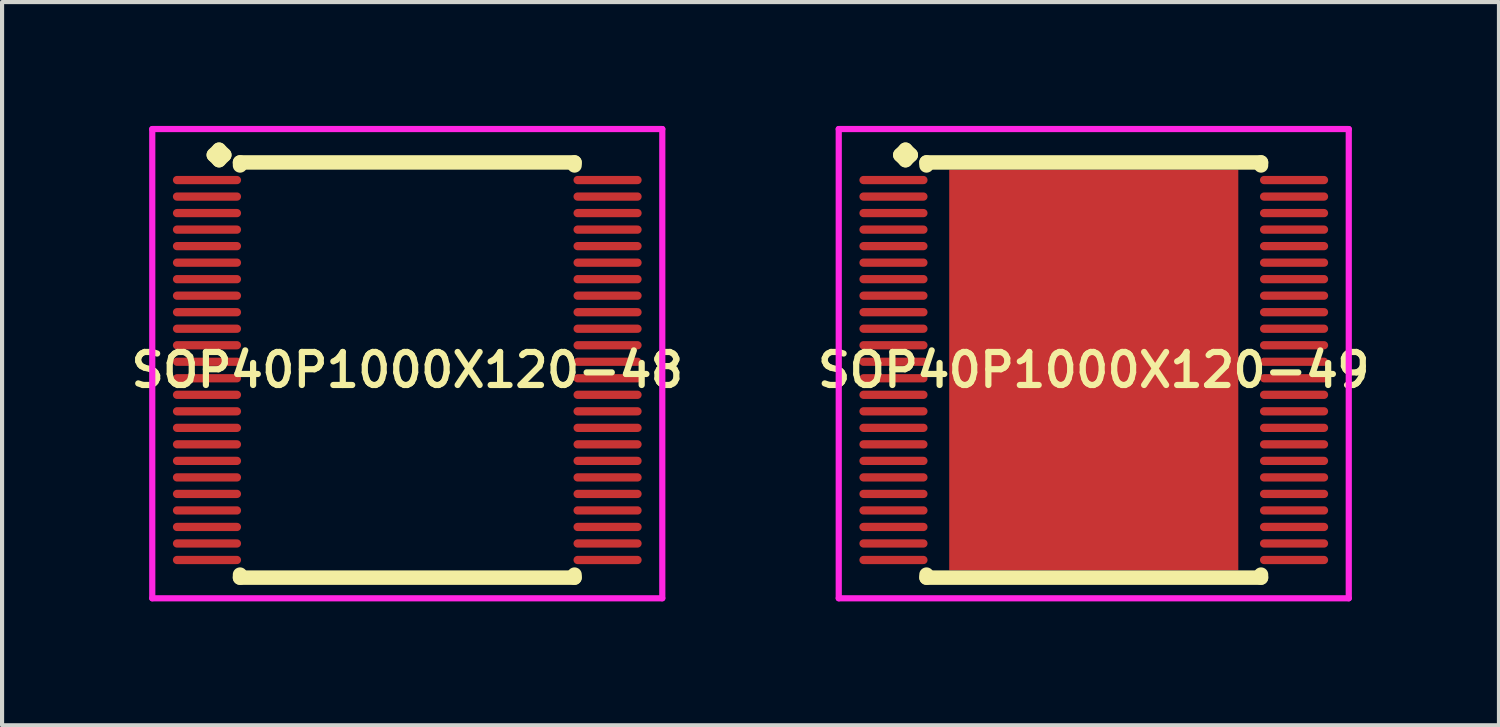
<source format=kicad_pcb>
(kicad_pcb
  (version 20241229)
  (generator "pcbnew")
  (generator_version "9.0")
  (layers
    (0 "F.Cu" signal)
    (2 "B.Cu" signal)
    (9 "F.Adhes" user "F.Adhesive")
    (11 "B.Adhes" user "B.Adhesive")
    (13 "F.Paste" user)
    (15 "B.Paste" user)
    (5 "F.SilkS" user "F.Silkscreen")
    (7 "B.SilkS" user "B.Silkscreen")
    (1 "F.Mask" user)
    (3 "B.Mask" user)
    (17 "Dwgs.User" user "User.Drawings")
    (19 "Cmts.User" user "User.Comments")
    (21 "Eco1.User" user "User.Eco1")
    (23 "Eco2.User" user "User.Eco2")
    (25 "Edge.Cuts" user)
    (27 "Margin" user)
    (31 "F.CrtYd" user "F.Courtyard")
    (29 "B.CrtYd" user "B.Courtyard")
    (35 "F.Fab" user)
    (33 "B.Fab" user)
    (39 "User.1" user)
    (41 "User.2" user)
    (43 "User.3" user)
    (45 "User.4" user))
  (footprint "SOP40P1000X120-48"
    (layer "F.Cu")
    (at 6.812 5.91)
    (property "Reference" "SOP40P1000X120-48" (at 0 0 0) (layer "F.SilkS") (effects (font (size 0.8 0.8) (thickness 0.15))))
    (attr smd)
    (fp_line (start -4.685 -5.208) (end -4.558 -5.335) (stroke (width 0.35) (type solid)) (layer "F.SilkS"))
    (fp_line (start -4.558 -5.335) (end -4.431 -5.208) (stroke (width 0.35) (type solid)) (layer "F.SilkS"))
    (fp_line (start -4.558 -5.081) (end -4.685 -5.208) (stroke (width 0.35) (type solid)) (layer "F.SilkS"))
    (fp_line (start -4.431 -5.208) (end -4.558 -5.081) (stroke (width 0.35) (type solid)) (layer "F.SilkS"))
    (fp_line (start -4.05 -5.027) (end 4.05 -5.027) (stroke (width 0.35) (type solid)) (layer "F.SilkS"))
    (fp_line (start -4.05 -4.954) (end -4.05 -5.027) (stroke (width 0.35) (type solid)) (layer "F.SilkS"))
    (fp_line (start -4.05 4.954) (end -4.05 5.027) (stroke (width 0.35) (type solid)) (layer "F.SilkS"))
    (fp_line (start -4.05 5.027) (end 4.05 5.027) (stroke (width 0.35) (type solid)) (layer "F.SilkS"))
    (fp_line (start 4.05 -5.027) (end 4.05 -4.954) (stroke (width 0.35) (type solid)) (layer "F.SilkS"))
    (fp_line (start 4.05 5.027) (end 4.05 4.954) (stroke (width 0.35) (type solid)) (layer "F.SilkS"))
    (fp_line (start -6.175 -5.835) (end 6.175 -5.835) (stroke (width 0.15) (type solid)) (layer "F.CrtYd"))
    (fp_line (start -6.175 5.527) (end -6.175 -5.835) (stroke (width 0.15) (type solid)) (layer "F.CrtYd"))
    (fp_line (start 6.175 -5.835) (end 6.175 5.527) (stroke (width 0.15) (type solid)) (layer "F.CrtYd"))
    (fp_line (start 6.175 5.527) (end -6.175 5.527) (stroke (width 0.15) (type solid)) (layer "F.CrtYd"))
    (pad "1" smd oval (at -4.85 -4.6) (size 1.65 0.2) (layers "F.Cu" "F.Mask" "F.Paste"))
    (pad "2" smd oval (at -4.85 -4.2) (size 1.65 0.2) (layers "F.Cu" "F.Mask" "F.Paste"))
    (pad "3" smd oval (at -4.85 -3.8) (size 1.65 0.2) (layers "F.Cu" "F.Mask" "F.Paste"))
    (pad "4" smd oval (at -4.85 -3.4) (size 1.65 0.2) (layers "F.Cu" "F.Mask" "F.Paste"))
    (pad "5" smd oval (at -4.85 -3) (size 1.65 0.2) (layers "F.Cu" "F.Mask" "F.Paste"))
    (pad "6" smd oval (at -4.85 -2.6) (size 1.65 0.2) (layers "F.Cu" "F.Mask" "F.Paste"))
    (pad "7" smd oval (at -4.85 -2.2) (size 1.65 0.2) (layers "F.Cu" "F.Mask" "F.Paste"))
    (pad "8" smd oval (at -4.85 -1.8) (size 1.65 0.2) (layers "F.Cu" "F.Mask" "F.Paste"))
    (pad "9" smd oval (at -4.85 -1.4) (size 1.65 0.2) (layers "F.Cu" "F.Mask" "F.Paste"))
    (pad "10" smd oval (at -4.85 -1) (size 1.65 0.2) (layers "F.Cu" "F.Mask" "F.Paste"))
    (pad "11" smd oval (at -4.85 -0.6) (size 1.65 0.2) (layers "F.Cu" "F.Mask" "F.Paste"))
    (pad "12" smd oval (at -4.85 -0.2) (size 1.65 0.2) (layers "F.Cu" "F.Mask" "F.Paste"))
    (pad "13" smd oval (at -4.85 0.2) (size 1.65 0.2) (layers "F.Cu" "F.Mask" "F.Paste"))
    (pad "14" smd oval (at -4.85 0.6) (size 1.65 0.2) (layers "F.Cu" "F.Mask" "F.Paste"))
    (pad "15" smd oval (at -4.85 1) (size 1.65 0.2) (layers "F.Cu" "F.Mask" "F.Paste"))
    (pad "16" smd oval (at -4.85 1.4) (size 1.65 0.2) (layers "F.Cu" "F.Mask" "F.Paste"))
    (pad "17" smd oval (at -4.85 1.8) (size 1.65 0.2) (layers "F.Cu" "F.Mask" "F.Paste"))
    (pad "18" smd oval (at -4.85 2.2) (size 1.65 0.2) (layers "F.Cu" "F.Mask" "F.Paste"))
    (pad "19" smd oval (at -4.85 2.6) (size 1.65 0.2) (layers "F.Cu" "F.Mask" "F.Paste"))
    (pad "20" smd oval (at -4.85 3) (size 1.65 0.2) (layers "F.Cu" "F.Mask" "F.Paste"))
    (pad "21" smd oval (at -4.85 3.4) (size 1.65 0.2) (layers "F.Cu" "F.Mask" "F.Paste"))
    (pad "22" smd oval (at -4.85 3.8) (size 1.65 0.2) (layers "F.Cu" "F.Mask" "F.Paste"))
    (pad "23" smd oval (at -4.85 4.2) (size 1.65 0.2) (layers "F.Cu" "F.Mask" "F.Paste"))
    (pad "24" smd oval (at -4.85 4.6) (size 1.65 0.2) (layers "F.Cu" "F.Mask" "F.Paste"))
    (pad "25" smd oval (at 4.85 4.6) (size 1.65 0.2) (layers "F.Cu" "F.Mask" "F.Paste"))
    (pad "26" smd oval (at 4.85 4.2) (size 1.65 0.2) (layers "F.Cu" "F.Mask" "F.Paste"))
    (pad "27" smd oval (at 4.85 3.8) (size 1.65 0.2) (layers "F.Cu" "F.Mask" "F.Paste"))
    (pad "28" smd oval (at 4.85 3.4) (size 1.65 0.2) (layers "F.Cu" "F.Mask" "F.Paste"))
    (pad "29" smd oval (at 4.85 3) (size 1.65 0.2) (layers "F.Cu" "F.Mask" "F.Paste"))
    (pad "30" smd oval (at 4.85 2.6) (size 1.65 0.2) (layers "F.Cu" "F.Mask" "F.Paste"))
    (pad "31" smd oval (at 4.85 2.2) (size 1.65 0.2) (layers "F.Cu" "F.Mask" "F.Paste"))
    (pad "32" smd oval (at 4.85 1.8) (size 1.65 0.2) (layers "F.Cu" "F.Mask" "F.Paste"))
    (pad "33" smd oval (at 4.85 1.4) (size 1.65 0.2) (layers "F.Cu" "F.Mask" "F.Paste"))
    (pad "34" smd oval (at 4.85 1) (size 1.65 0.2) (layers "F.Cu" "F.Mask" "F.Paste"))
    (pad "35" smd oval (at 4.85 0.6) (size 1.65 0.2) (layers "F.Cu" "F.Mask" "F.Paste"))
    (pad "36" smd oval (at 4.85 0.2) (size 1.65 0.2) (layers "F.Cu" "F.Mask" "F.Paste"))
    (pad "37" smd oval (at 4.85 -0.2) (size 1.65 0.2) (layers "F.Cu" "F.Mask" "F.Paste"))
    (pad "38" smd oval (at 4.85 -0.6) (size 1.65 0.2) (layers "F.Cu" "F.Mask" "F.Paste"))
    (pad "39" smd oval (at 4.85 -1) (size 1.65 0.2) (layers "F.Cu" "F.Mask" "F.Paste"))
    (pad "40" smd oval (at 4.85 -1.4) (size 1.65 0.2) (layers "F.Cu" "F.Mask" "F.Paste"))
    (pad "41" smd oval (at 4.85 -1.8) (size 1.65 0.2) (layers "F.Cu" "F.Mask" "F.Paste"))
    (pad "42" smd oval (at 4.85 -2.2) (size 1.65 0.2) (layers "F.Cu" "F.Mask" "F.Paste"))
    (pad "43" smd oval (at 4.85 -2.6) (size 1.65 0.2) (layers "F.Cu" "F.Mask" "F.Paste"))
    (pad "44" smd oval (at 4.85 -3) (size 1.65 0.2) (layers "F.Cu" "F.Mask" "F.Paste"))
    (pad "45" smd oval (at 4.85 -3.4) (size 1.65 0.2) (layers "F.Cu" "F.Mask" "F.Paste"))
    (pad "46" smd oval (at 4.85 -3.8) (size 1.65 0.2) (layers "F.Cu" "F.Mask" "F.Paste"))
    (pad "47" smd oval (at 4.85 -4.2) (size 1.65 0.2) (layers "F.Cu" "F.Mask" "F.Paste"))
    (pad "48" smd oval (at 4.85 -4.6) (size 1.65 0.2) (layers "F.Cu" "F.Mask" "F.Paste")))
  (footprint "SOP40P1000X120-49"
    (layer "F.Cu")
    (at 23.435 5.91)
    (property "Reference" "SOP40P1000X120-49" (at 0 0 0) (layer "F.SilkS") (effects (font (size 0.8 0.8) (thickness 0.15))))
    (attr smd)
    (fp_line (start -4.685 -5.208) (end -4.558 -5.335) (stroke (width 0.35) (type solid)) (layer "F.SilkS"))
    (fp_line (start -4.558 -5.335) (end -4.431 -5.208) (stroke (width 0.35) (type solid)) (layer "F.SilkS"))
    (fp_line (start -4.558 -5.081) (end -4.685 -5.208) (stroke (width 0.35) (type solid)) (layer "F.SilkS"))
    (fp_line (start -4.431 -5.208) (end -4.558 -5.081) (stroke (width 0.35) (type solid)) (layer "F.SilkS"))
    (fp_line (start -4.05 -5.027) (end 4.05 -5.027) (stroke (width 0.35) (type solid)) (layer "F.SilkS"))
    (fp_line (start -4.05 -4.954) (end -4.05 -5.027) (stroke (width 0.35) (type solid)) (layer "F.SilkS"))
    (fp_line (start -4.05 4.954) (end -4.05 5.027) (stroke (width 0.35) (type solid)) (layer "F.SilkS"))
    (fp_line (start -4.05 5.027) (end 4.05 5.027) (stroke (width 0.35) (type solid)) (layer "F.SilkS"))
    (fp_line (start 4.05 -5.027) (end 4.05 -4.954) (stroke (width 0.35) (type solid)) (layer "F.SilkS"))
    (fp_line (start 4.05 5.027) (end 4.05 4.954) (stroke (width 0.35) (type solid)) (layer "F.SilkS"))
    (fp_line (start -6.175 -5.835) (end 6.175 -5.835) (stroke (width 0.15) (type solid)) (layer "F.CrtYd"))
    (fp_line (start -6.175 5.527) (end -6.175 -5.835) (stroke (width 0.15) (type solid)) (layer "F.CrtYd"))
    (fp_line (start 6.175 -5.835) (end 6.175 5.527) (stroke (width 0.15) (type solid)) (layer "F.CrtYd"))
    (fp_line (start 6.175 5.527) (end -6.175 5.527) (stroke (width 0.15) (type solid)) (layer "F.CrtYd"))
    (pad "1" smd oval (at -4.85 -4.6) (size 1.65 0.2) (layers "F.Cu" "F.Mask" "F.Paste"))
    (pad "2" smd oval (at -4.85 -4.2) (size 1.65 0.2) (layers "F.Cu" "F.Mask" "F.Paste"))
    (pad "3" smd oval (at -4.85 -3.8) (size 1.65 0.2) (layers "F.Cu" "F.Mask" "F.Paste"))
    (pad "4" smd oval (at -4.85 -3.4) (size 1.65 0.2) (layers "F.Cu" "F.Mask" "F.Paste"))
    (pad "5" smd oval (at -4.85 -3) (size 1.65 0.2) (layers "F.Cu" "F.Mask" "F.Paste"))
    (pad "6" smd oval (at -4.85 -2.6) (size 1.65 0.2) (layers "F.Cu" "F.Mask" "F.Paste"))
    (pad "7" smd oval (at -4.85 -2.2) (size 1.65 0.2) (layers "F.Cu" "F.Mask" "F.Paste"))
    (pad "8" smd oval (at -4.85 -1.8) (size 1.65 0.2) (layers "F.Cu" "F.Mask" "F.Paste"))
    (pad "9" smd oval (at -4.85 -1.4) (size 1.65 0.2) (layers "F.Cu" "F.Mask" "F.Paste"))
    (pad "10" smd oval (at -4.85 -1) (size 1.65 0.2) (layers "F.Cu" "F.Mask" "F.Paste"))
    (pad "11" smd oval (at -4.85 -0.6) (size 1.65 0.2) (layers "F.Cu" "F.Mask" "F.Paste"))
    (pad "12" smd oval (at -4.85 -0.2) (size 1.65 0.2) (layers "F.Cu" "F.Mask" "F.Paste"))
    (pad "13" smd oval (at -4.85 0.2) (size 1.65 0.2) (layers "F.Cu" "F.Mask" "F.Paste"))
    (pad "14" smd oval (at -4.85 0.6) (size 1.65 0.2) (layers "F.Cu" "F.Mask" "F.Paste"))
    (pad "15" smd oval (at -4.85 1) (size 1.65 0.2) (layers "F.Cu" "F.Mask" "F.Paste"))
    (pad "16" smd oval (at -4.85 1.4) (size 1.65 0.2) (layers "F.Cu" "F.Mask" "F.Paste"))
    (pad "17" smd oval (at -4.85 1.8) (size 1.65 0.2) (layers "F.Cu" "F.Mask" "F.Paste"))
    (pad "18" smd oval (at -4.85 2.2) (size 1.65 0.2) (layers "F.Cu" "F.Mask" "F.Paste"))
    (pad "19" smd oval (at -4.85 2.6) (size 1.65 0.2) (layers "F.Cu" "F.Mask" "F.Paste"))
    (pad "20" smd oval (at -4.85 3) (size 1.65 0.2) (layers "F.Cu" "F.Mask" "F.Paste"))
    (pad "21" smd oval (at -4.85 3.4) (size 1.65 0.2) (layers "F.Cu" "F.Mask" "F.Paste"))
    (pad "22" smd oval (at -4.85 3.8) (size 1.65 0.2) (layers "F.Cu" "F.Mask" "F.Paste"))
    (pad "23" smd oval (at -4.85 4.2) (size 1.65 0.2) (layers "F.Cu" "F.Mask" "F.Paste"))
    (pad "24" smd oval (at -4.85 4.6) (size 1.65 0.2) (layers "F.Cu" "F.Mask" "F.Paste"))
    (pad "25" smd oval (at 4.85 4.6) (size 1.65 0.2) (layers "F.Cu" "F.Mask" "F.Paste"))
    (pad "26" smd oval (at 4.85 4.2) (size 1.65 0.2) (layers "F.Cu" "F.Mask" "F.Paste"))
    (pad "27" smd oval (at 4.85 3.8) (size 1.65 0.2) (layers "F.Cu" "F.Mask" "F.Paste"))
    (pad "28" smd oval (at 4.85 3.4) (size 1.65 0.2) (layers "F.Cu" "F.Mask" "F.Paste"))
    (pad "29" smd oval (at 4.85 3) (size 1.65 0.2) (layers "F.Cu" "F.Mask" "F.Paste"))
    (pad "30" smd oval (at 4.85 2.6) (size 1.65 0.2) (layers "F.Cu" "F.Mask" "F.Paste"))
    (pad "31" smd oval (at 4.85 2.2) (size 1.65 0.2) (layers "F.Cu" "F.Mask" "F.Paste"))
    (pad "32" smd oval (at 4.85 1.8) (size 1.65 0.2) (layers "F.Cu" "F.Mask" "F.Paste"))
    (pad "33" smd oval (at 4.85 1.4) (size 1.65 0.2) (layers "F.Cu" "F.Mask" "F.Paste"))
    (pad "34" smd oval (at 4.85 1) (size 1.65 0.2) (layers "F.Cu" "F.Mask" "F.Paste"))
    (pad "35" smd oval (at 4.85 0.6) (size 1.65 0.2) (layers "F.Cu" "F.Mask" "F.Paste"))
    (pad "36" smd oval (at 4.85 0.2) (size 1.65 0.2) (layers "F.Cu" "F.Mask" "F.Paste"))
    (pad "37" smd oval (at 4.85 -0.2) (size 1.65 0.2) (layers "F.Cu" "F.Mask" "F.Paste"))
    (pad "38" smd oval (at 4.85 -0.6) (size 1.65 0.2) (layers "F.Cu" "F.Mask" "F.Paste"))
    (pad "39" smd oval (at 4.85 -1) (size 1.65 0.2) (layers "F.Cu" "F.Mask" "F.Paste"))
    (pad "40" smd oval (at 4.85 -1.4) (size 1.65 0.2) (layers "F.Cu" "F.Mask" "F.Paste"))
    (pad "41" smd oval (at 4.85 -1.8) (size 1.65 0.2) (layers "F.Cu" "F.Mask" "F.Paste"))
    (pad "42" smd oval (at 4.85 -2.2) (size 1.65 0.2) (layers "F.Cu" "F.Mask" "F.Paste"))
    (pad "43" smd oval (at 4.85 -2.6) (size 1.65 0.2) (layers "F.Cu" "F.Mask" "F.Paste"))
    (pad "44" smd oval (at 4.85 -3) (size 1.65 0.2) (layers "F.Cu" "F.Mask" "F.Paste"))
    (pad "45" smd oval (at 4.85 -3.4) (size 1.65 0.2) (layers "F.Cu" "F.Mask" "F.Paste"))
    (pad "46" smd oval (at 4.85 -3.8) (size 1.65 0.2) (layers "F.Cu" "F.Mask" "F.Paste"))
    (pad "47" smd oval (at 4.85 -4.2) (size 1.65 0.2) (layers "F.Cu" "F.Mask" "F.Paste"))
    (pad "48" smd oval (at 4.85 -4.6) (size 1.65 0.2) (layers "F.Cu" "F.Mask" "F.Paste"))
    (pad "49" smd rect (at 0 0) (size 7 9.7) (layers "F.Cu" "F.Mask" "F.Paste")))
  (gr_rect
    (start -3 -3)
    (end 33.247 14.512)
    (stroke (width 0.1) (type default))
    (fill no)
    (layer "Edge.Cuts")))
</source>
